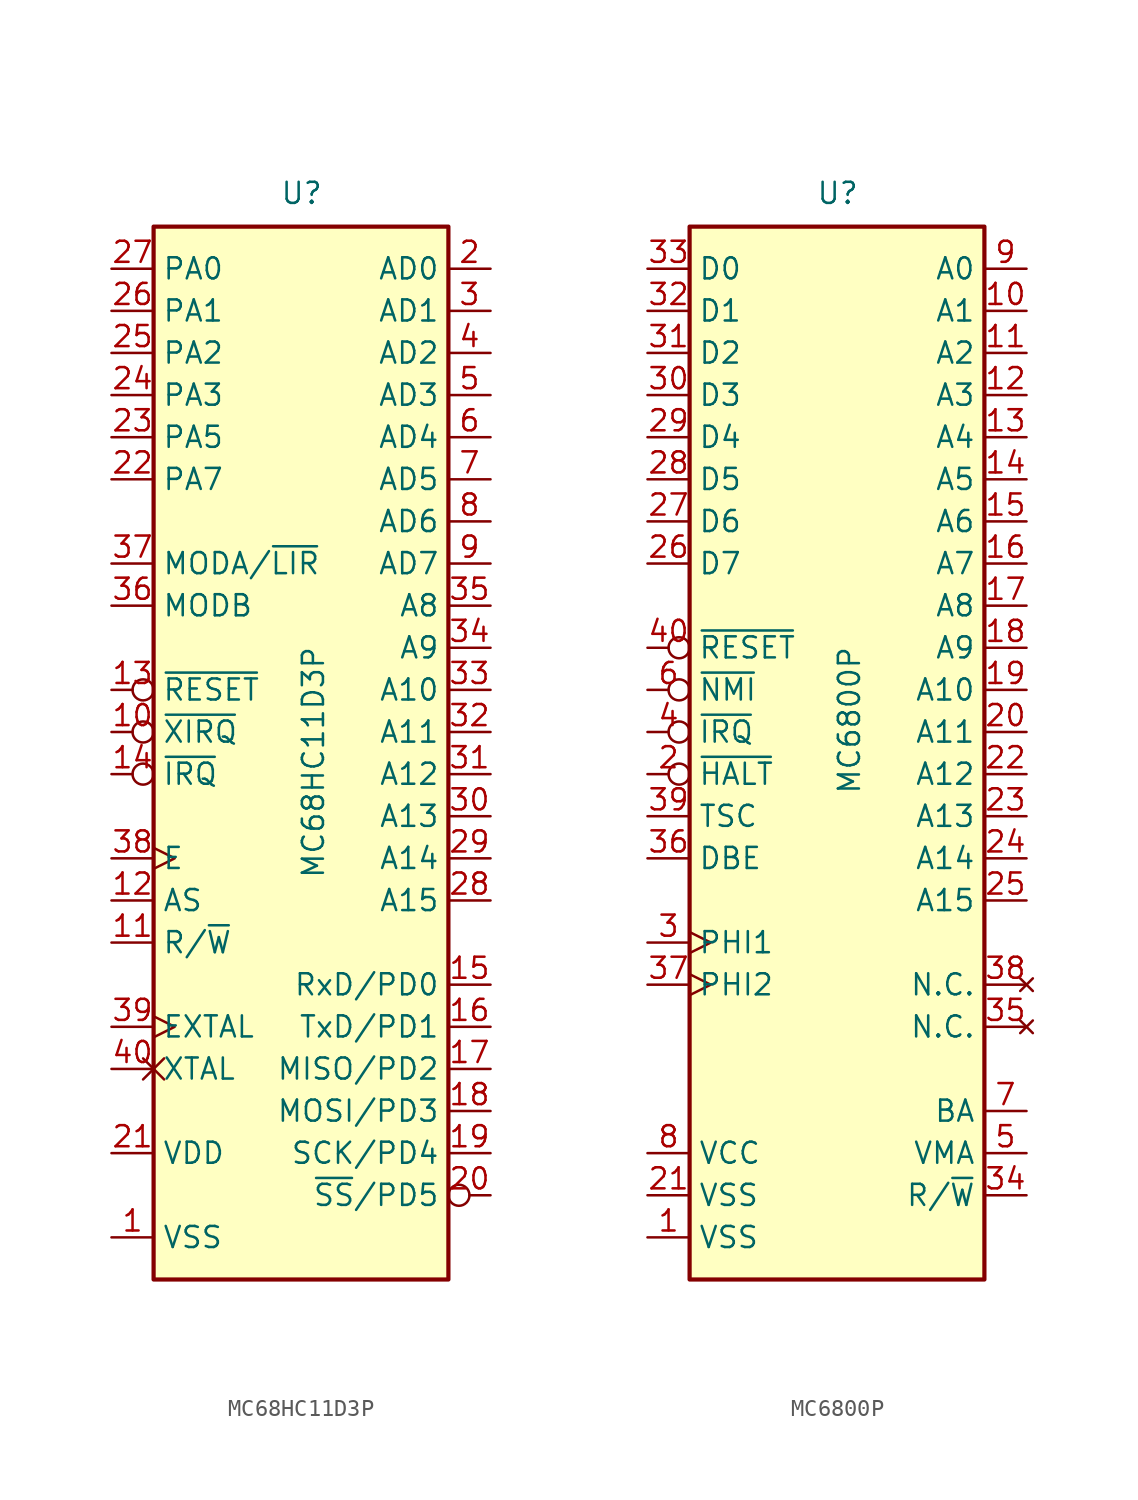
<source format=kicad_sym>
(kicad_symbol_lib
  (version 20211014)
  (generator kicad_symbol_editor)
  (symbol "MC68HC11D3P"
    (property "Reference" "U"
      (at -1.27 31.75 0)
      (effects (font (size 1.27 1.27)) (justify left bottom)))
    (property "Value" "MC68HC11D3P"
      (at 0 -8.89 90)
      (effects (font (size 1.27 1.27)) (justify left top)))
    (symbol "MC68HC11D3P_0_1"
      (rectangle (start -8.89 -33.02) (end 8.89 30.48) (stroke (width 0.254) (type default) (color 0 0 0 0)) (fill (type background))))
    (symbol "MC68HC11D3P_1_1"
      (pin power_in line (at -11.43 -30.48 0) (length 2.54) (name "VSS" (effects (font (size 1.27 1.27)))) (number "1" (effects (font (size 1.27 1.27)))))
      (pin input inverted (at -11.43 0 0) (length 2.54) (name "~{XIRQ}" (effects (font (size 1.27 1.27)))) (number "10" (effects (font (size 1.27 1.27)))))
      (pin output line (at -11.43 -12.7 0) (length 2.54) (name "R/~{W}" (effects (font (size 1.27 1.27)))) (number "11" (effects (font (size 1.27 1.27)))))
      (pin output line (at -11.43 -10.16 0) (length 2.54) (name "AS" (effects (font (size 1.27 1.27)))) (number "12" (effects (font (size 1.27 1.27)))))
      (pin bidirectional inverted (at -11.43 2.54 0) (length 2.54) (name "~{RESET}" (effects (font (size 1.27 1.27)))) (number "13" (effects (font (size 1.27 1.27)))))
      (pin input inverted (at -11.43 -2.54 0) (length 2.54) (name "~{IRQ}" (effects (font (size 1.27 1.27)))) (number "14" (effects (font (size 1.27 1.27)))))
      (pin input line (at 11.43 -15.24 180) (length 2.54) (name "RxD/PD0" (effects (font (size 1.27 1.27)))) (number "15" (effects (font (size 1.27 1.27)))))
      (pin output line (at 11.43 -17.78 180) (length 2.54) (name "TxD/PD1" (effects (font (size 1.27 1.27)))) (number "16" (effects (font (size 1.27 1.27)))))
      (pin input line (at 11.43 -20.32 180) (length 2.54) (name "MISO/PD2" (effects (font (size 1.27 1.27)))) (number "17" (effects (font (size 1.27 1.27)))))
      (pin output line (at 11.43 -22.86 180) (length 2.54) (name "MOSI/PD3" (effects (font (size 1.27 1.27)))) (number "18" (effects (font (size 1.27 1.27)))))
      (pin output line (at 11.43 -25.4 180) (length 2.54) (name "SCK/PD4" (effects (font (size 1.27 1.27)))) (number "19" (effects (font (size 1.27 1.27)))))
      (pin bidirectional line (at 11.43 27.94 180) (length 2.54) (name "AD0" (effects (font (size 1.27 1.27)))) (number "2" (effects (font (size 1.27 1.27)))))
      (pin output inverted (at 11.43 -27.94 180) (length 2.54) (name "~{SS}/PD5" (effects (font (size 1.27 1.27)))) (number "20" (effects (font (size 1.27 1.27)))))
      (pin power_in line (at -11.43 -25.4 0) (length 2.54) (name "VDD" (effects (font (size 1.27 1.27)))) (number "21" (effects (font (size 1.27 1.27)))))
      (pin bidirectional line (at -11.43 15.24 0) (length 2.54) (name "PA7" (effects (font (size 1.27 1.27)))) (number "22" (effects (font (size 1.27 1.27)))))
      (pin bidirectional line (at -11.43 17.78 0) (length 2.54) (name "PA5" (effects (font (size 1.27 1.27)))) (number "23" (effects (font (size 1.27 1.27)))))
      (pin bidirectional line (at -11.43 20.32 0) (length 2.54) (name "PA3" (effects (font (size 1.27 1.27)))) (number "24" (effects (font (size 1.27 1.27)))))
      (pin bidirectional line (at -11.43 22.86 0) (length 2.54) (name "PA2" (effects (font (size 1.27 1.27)))) (number "25" (effects (font (size 1.27 1.27)))))
      (pin bidirectional line (at -11.43 25.4 0) (length 2.54) (name "PA1" (effects (font (size 1.27 1.27)))) (number "26" (effects (font (size 1.27 1.27)))))
      (pin bidirectional line (at -11.43 27.94 0) (length 2.54) (name "PA0" (effects (font (size 1.27 1.27)))) (number "27" (effects (font (size 1.27 1.27)))))
      (pin output line (at 11.43 -10.16 180) (length 2.54) (name "A15" (effects (font (size 1.27 1.27)))) (number "28" (effects (font (size 1.27 1.27)))))
      (pin output line (at 11.43 -7.62 180) (length 2.54) (name "A14" (effects (font (size 1.27 1.27)))) (number "29" (effects (font (size 1.27 1.27)))))
      (pin bidirectional line (at 11.43 25.4 180) (length 2.54) (name "AD1" (effects (font (size 1.27 1.27)))) (number "3" (effects (font (size 1.27 1.27)))))
      (pin output line (at 11.43 -5.08 180) (length 2.54) (name "A13" (effects (font (size 1.27 1.27)))) (number "30" (effects (font (size 1.27 1.27)))))
      (pin output line (at 11.43 -2.54 180) (length 2.54) (name "A12" (effects (font (size 1.27 1.27)))) (number "31" (effects (font (size 1.27 1.27)))))
      (pin output line (at 11.43 0 180) (length 2.54) (name "A11" (effects (font (size 1.27 1.27)))) (number "32" (effects (font (size 1.27 1.27)))))
      (pin output line (at 11.43 2.54 180) (length 2.54) (name "A10" (effects (font (size 1.27 1.27)))) (number "33" (effects (font (size 1.27 1.27)))))
      (pin output line (at 11.43 5.08 180) (length 2.54) (name "A9" (effects (font (size 1.27 1.27)))) (number "34" (effects (font (size 1.27 1.27)))))
      (pin output line (at 11.43 7.62 180) (length 2.54) (name "A8" (effects (font (size 1.27 1.27)))) (number "35" (effects (font (size 1.27 1.27)))))
      (pin input line (at -11.43 7.62 0) (length 2.54) (name "MODB" (effects (font (size 1.27 1.27)))) (number "36" (effects (font (size 1.27 1.27)))))
      (pin bidirectional line (at -11.43 10.16 0) (length 2.54) (name "MODA/~{LIR}" (effects (font (size 1.27 1.27)))) (number "37" (effects (font (size 1.27 1.27)))))
      (pin output clock (at -11.43 -7.62 0) (length 2.54) (name "E" (effects (font (size 1.27 1.27)))) (number "38" (effects (font (size 1.27 1.27)))))
      (pin input clock (at -11.43 -17.78 0) (length 2.54) (name "EXTAL" (effects (font (size 1.27 1.27)))) (number "39" (effects (font (size 1.27 1.27)))))
      (pin bidirectional line (at 11.43 22.86 180) (length 2.54) (name "AD2" (effects (font (size 1.27 1.27)))) (number "4" (effects (font (size 1.27 1.27)))))
      (pin output non_logic (at -11.43 -20.32 0) (length 2.54) (name "XTAL" (effects (font (size 1.27 1.27)))) (number "40" (effects (font (size 1.27 1.27)))))
      (pin bidirectional line (at 11.43 20.32 180) (length 2.54) (name "AD3" (effects (font (size 1.27 1.27)))) (number "5" (effects (font (size 1.27 1.27)))))
      (pin bidirectional line (at 11.43 17.78 180) (length 2.54) (name "AD4" (effects (font (size 1.27 1.27)))) (number "6" (effects (font (size 1.27 1.27)))))
      (pin bidirectional line (at 11.43 15.24 180) (length 2.54) (name "AD5" (effects (font (size 1.27 1.27)))) (number "7" (effects (font (size 1.27 1.27)))))
      (pin bidirectional line (at 11.43 12.7 180) (length 2.54) (name "AD6" (effects (font (size 1.27 1.27)))) (number "8" (effects (font (size 1.27 1.27)))))
      (pin bidirectional line (at 11.43 10.16 180) (length 2.54) (name "AD7" (effects (font (size 1.27 1.27)))) (number "9" (effects (font (size 1.27 1.27)))))))
  (symbol "MC6800P"
    (property "Reference" "U"
      (at -1.27 31.75 0)
      (effects (font (size 1.27 1.27)) (justify left bottom)))
    (property "Value" "MC6800P"
      (at 0 -3.81 90)
      (effects (font (size 1.27 1.27)) (justify left top)))
    (symbol "MC6800P_0_1"
      (rectangle (start -8.89 -33.02) (end 8.89 30.48) (stroke (width 0.254) (type default) (color 0 0 0 0)) (fill (type background))))
    (symbol "MC6800P_1_1"
      (pin power_in line (at -11.43 -30.48 0) (length 2.54) (name "VSS" (effects (font (size 1.27 1.27)))) (number "1" (effects (font (size 1.27 1.27)))))
      (pin output line (at 11.43 25.4 180) (length 2.54) (name "A1" (effects (font (size 1.27 1.27)))) (number "10" (effects (font (size 1.27 1.27)))))
      (pin output line (at 11.43 22.86 180) (length 2.54) (name "A2" (effects (font (size 1.27 1.27)))) (number "11" (effects (font (size 1.27 1.27)))))
      (pin output line (at 11.43 20.32 180) (length 2.54) (name "A3" (effects (font (size 1.27 1.27)))) (number "12" (effects (font (size 1.27 1.27)))))
      (pin output line (at 11.43 17.78 180) (length 2.54) (name "A4" (effects (font (size 1.27 1.27)))) (number "13" (effects (font (size 1.27 1.27)))))
      (pin output line (at 11.43 15.24 180) (length 2.54) (name "A5" (effects (font (size 1.27 1.27)))) (number "14" (effects (font (size 1.27 1.27)))))
      (pin output line (at 11.43 12.7 180) (length 2.54) (name "A6" (effects (font (size 1.27 1.27)))) (number "15" (effects (font (size 1.27 1.27)))))
      (pin output line (at 11.43 10.16 180) (length 2.54) (name "A7" (effects (font (size 1.27 1.27)))) (number "16" (effects (font (size 1.27 1.27)))))
      (pin output line (at 11.43 7.62 180) (length 2.54) (name "A8" (effects (font (size 1.27 1.27)))) (number "17" (effects (font (size 1.27 1.27)))))
      (pin output line (at 11.43 5.08 180) (length 2.54) (name "A9" (effects (font (size 1.27 1.27)))) (number "18" (effects (font (size 1.27 1.27)))))
      (pin output line (at 11.43 2.54 180) (length 2.54) (name "A10" (effects (font (size 1.27 1.27)))) (number "19" (effects (font (size 1.27 1.27)))))
      (pin input inverted (at -11.43 -2.54 0) (length 2.54) (name "~{HALT}" (effects (font (size 1.27 1.27)))) (number "2" (effects (font (size 1.27 1.27)))))
      (pin output line (at 11.43 0 180) (length 2.54) (name "A11" (effects (font (size 1.27 1.27)))) (number "20" (effects (font (size 1.27 1.27)))))
      (pin power_in line (at -11.43 -27.94 0) (length 2.54) (name "VSS" (effects (font (size 1.27 1.27)))) (number "21" (effects (font (size 1.27 1.27)))))
      (pin output line (at 11.43 -2.54 180) (length 2.54) (name "A12" (effects (font (size 1.27 1.27)))) (number "22" (effects (font (size 1.27 1.27)))))
      (pin output line (at 11.43 -5.08 180) (length 2.54) (name "A13" (effects (font (size 1.27 1.27)))) (number "23" (effects (font (size 1.27 1.27)))))
      (pin output line (at 11.43 -7.62 180) (length 2.54) (name "A14" (effects (font (size 1.27 1.27)))) (number "24" (effects (font (size 1.27 1.27)))))
      (pin output line (at 11.43 -10.16 180) (length 2.54) (name "A15" (effects (font (size 1.27 1.27)))) (number "25" (effects (font (size 1.27 1.27)))))
      (pin bidirectional line (at -11.43 10.16 0) (length 2.54) (name "D7" (effects (font (size 1.27 1.27)))) (number "26" (effects (font (size 1.27 1.27)))))
      (pin bidirectional line (at -11.43 12.7 0) (length 2.54) (name "D6" (effects (font (size 1.27 1.27)))) (number "27" (effects (font (size 1.27 1.27)))))
      (pin bidirectional line (at -11.43 15.24 0) (length 2.54) (name "D5" (effects (font (size 1.27 1.27)))) (number "28" (effects (font (size 1.27 1.27)))))
      (pin bidirectional line (at -11.43 17.78 0) (length 2.54) (name "D4" (effects (font (size 1.27 1.27)))) (number "29" (effects (font (size 1.27 1.27)))))
      (pin input clock (at -11.43 -12.7 0) (length 2.54) (name "PHI1" (effects (font (size 1.27 1.27)))) (number "3" (effects (font (size 1.27 1.27)))))
      (pin bidirectional line (at -11.43 20.32 0) (length 2.54) (name "D3" (effects (font (size 1.27 1.27)))) (number "30" (effects (font (size 1.27 1.27)))))
      (pin bidirectional line (at -11.43 22.86 0) (length 2.54) (name "D2" (effects (font (size 1.27 1.27)))) (number "31" (effects (font (size 1.27 1.27)))))
      (pin bidirectional line (at -11.43 25.4 0) (length 2.54) (name "D1" (effects (font (size 1.27 1.27)))) (number "32" (effects (font (size 1.27 1.27)))))
      (pin bidirectional line (at -11.43 27.94 0) (length 2.54) (name "D0" (effects (font (size 1.27 1.27)))) (number "33" (effects (font (size 1.27 1.27)))))
      (pin output line (at 11.43 -27.94 180) (length 2.54) (name "R/~{W}" (effects (font (size 1.27 1.27)))) (number "34" (effects (font (size 1.27 1.27)))))
      (pin no_connect line (at 11.43 -17.78 180) (length 2.54) (name "N.C." (effects (font (size 1.27 1.27)))) (number "35" (effects (font (size 1.27 1.27)))))
      (pin input line (at -11.43 -7.62 0) (length 2.54) (name "DBE" (effects (font (size 1.27 1.27)))) (number "36" (effects (font (size 1.27 1.27)))))
      (pin input clock (at -11.43 -15.24 0) (length 2.54) (name "PHI2" (effects (font (size 1.27 1.27)))) (number "37" (effects (font (size 1.27 1.27)))))
      (pin no_connect line (at 11.43 -15.24 180) (length 2.54) (name "N.C." (effects (font (size 1.27 1.27)))) (number "38" (effects (font (size 1.27 1.27)))))
      (pin input line (at -11.43 -5.08 0) (length 2.54) (name "TSC" (effects (font (size 1.27 1.27)))) (number "39" (effects (font (size 1.27 1.27)))))
      (pin input inverted (at -11.43 0 0) (length 2.54) (name "~{IRQ}" (effects (font (size 1.27 1.27)))) (number "4" (effects (font (size 1.27 1.27)))))
      (pin input inverted (at -11.43 5.08 0) (length 2.54) (name "~{RESET}" (effects (font (size 1.27 1.27)))) (number "40" (effects (font (size 1.27 1.27)))))
      (pin output line (at 11.43 -25.4 180) (length 2.54) (name "VMA" (effects (font (size 1.27 1.27)))) (number "5" (effects (font (size 1.27 1.27)))))
      (pin input inverted (at -11.43 2.54 0) (length 2.54) (name "~{NMI}" (effects (font (size 1.27 1.27)))) (number "6" (effects (font (size 1.27 1.27)))))
      (pin output line (at 11.43 -22.86 180) (length 2.54) (name "BA" (effects (font (size 1.27 1.27)))) (number "7" (effects (font (size 1.27 1.27)))))
      (pin power_in line (at -11.43 -25.4 0) (length 2.54) (name "VCC" (effects (font (size 1.27 1.27)))) (number "8" (effects (font (size 1.27 1.27)))))
      (pin output line (at 11.43 27.94 180) (length 2.54) (name "A0" (effects (font (size 1.27 1.27)))) (number "9" (effects (font (size 1.27 1.27))))))))
</source>
